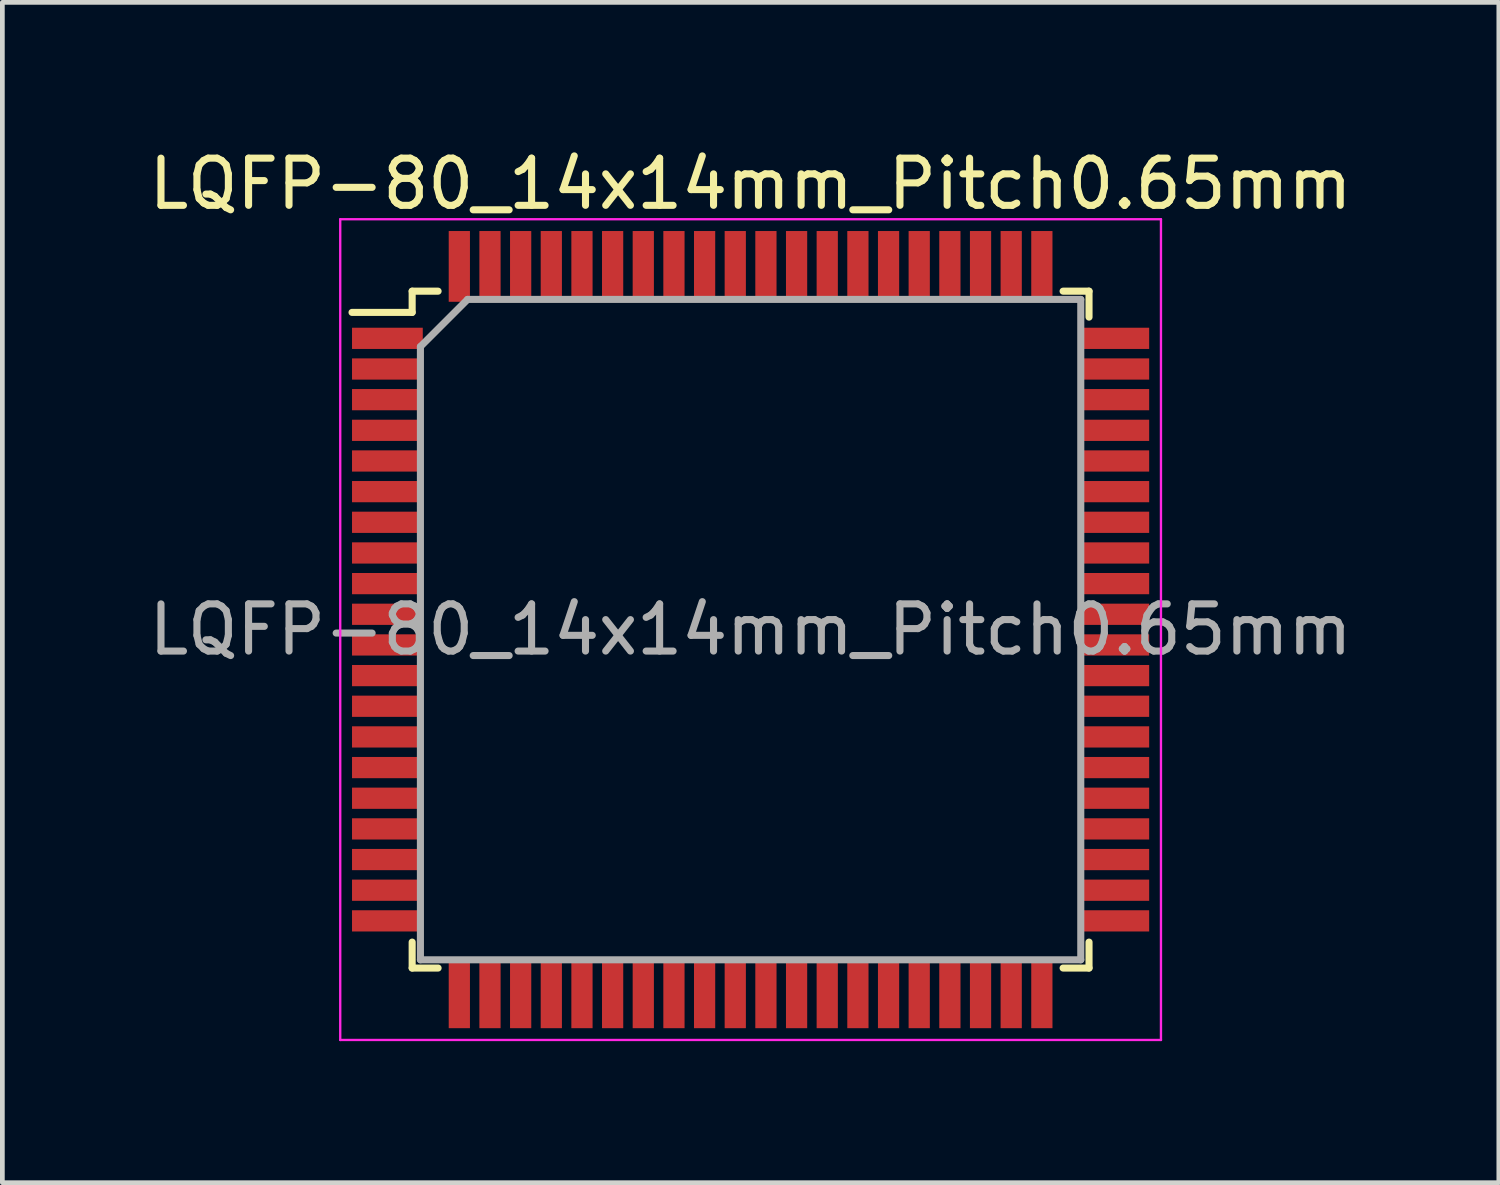
<source format=kicad_pcb>
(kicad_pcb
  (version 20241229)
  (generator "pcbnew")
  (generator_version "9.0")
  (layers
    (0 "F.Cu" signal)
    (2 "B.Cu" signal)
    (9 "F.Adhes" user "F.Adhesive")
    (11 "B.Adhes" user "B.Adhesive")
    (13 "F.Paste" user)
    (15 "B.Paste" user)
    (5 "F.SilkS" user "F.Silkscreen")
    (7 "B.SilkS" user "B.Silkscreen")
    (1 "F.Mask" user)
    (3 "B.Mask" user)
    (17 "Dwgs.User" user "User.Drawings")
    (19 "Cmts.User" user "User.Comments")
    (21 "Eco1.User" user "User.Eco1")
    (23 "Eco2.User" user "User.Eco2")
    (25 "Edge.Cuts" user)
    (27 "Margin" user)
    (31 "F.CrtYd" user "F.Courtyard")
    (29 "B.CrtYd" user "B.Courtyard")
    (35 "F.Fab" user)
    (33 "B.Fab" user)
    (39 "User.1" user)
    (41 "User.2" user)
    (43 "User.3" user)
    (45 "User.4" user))
  (footprint "LQFP-80_14x14mm_Pitch0.65mm"
    (layer "F.Cu")
    (at 12.863 10.298)
    (property "Reference" "LQFP-80_14x14mm_Pitch0.65mm" (at 0 -9.45 0) (layer "F.SilkS") (effects (font (size 1 1) (thickness 0.15))))
    (attr smd)
    (fp_line (start -7.175 -7.175) (end -7.175 -6.725) (stroke (width 0.15) (type solid)) (layer "F.SilkS"))
    (fp_line (start -7.175 -7.175) (end -6.625 -7.175) (stroke (width 0.15) (type solid)) (layer "F.SilkS"))
    (fp_line (start -7.175 -6.725) (end -8.45 -6.725) (stroke (width 0.15) (type solid)) (layer "F.SilkS"))
    (fp_line (start -7.175 7.175) (end -7.175 6.625) (stroke (width 0.15) (type solid)) (layer "F.SilkS"))
    (fp_line (start -7.175 7.175) (end -6.625 7.175) (stroke (width 0.15) (type solid)) (layer "F.SilkS"))
    (fp_line (start 7.175 -7.175) (end 6.625 -7.175) (stroke (width 0.15) (type solid)) (layer "F.SilkS"))
    (fp_line (start 7.175 -7.175) (end 7.175 -6.625) (stroke (width 0.15) (type solid)) (layer "F.SilkS"))
    (fp_line (start 7.175 7.175) (end 6.625 7.175) (stroke (width 0.15) (type solid)) (layer "F.SilkS"))
    (fp_line (start 7.175 7.175) (end 7.175 6.625) (stroke (width 0.15) (type solid)) (layer "F.SilkS"))
    (fp_line (start -8.7 -8.7) (end -8.7 8.7) (stroke (width 0.05) (type solid)) (layer "F.CrtYd"))
    (fp_line (start -8.7 -8.7) (end 8.7 -8.7) (stroke (width 0.05) (type solid)) (layer "F.CrtYd"))
    (fp_line (start -8.7 8.7) (end 8.7 8.7) (stroke (width 0.05) (type solid)) (layer "F.CrtYd"))
    (fp_line (start 8.7 -8.7) (end 8.7 8.7) (stroke (width 0.05) (type solid)) (layer "F.CrtYd"))
    (fp_line (start -7 -6) (end -6 -7) (stroke (width 0.15) (type solid)) (layer "F.Fab"))
    (fp_line (start -7 7) (end -7 -6) (stroke (width 0.15) (type solid)) (layer "F.Fab"))
    (fp_line (start -6 -7) (end 7 -7) (stroke (width 0.15) (type solid)) (layer "F.Fab"))
    (fp_line (start 7 -7) (end 7 7) (stroke (width 0.15) (type solid)) (layer "F.Fab"))
    (fp_line (start 7 7) (end -7 7) (stroke (width 0.15) (type solid)) (layer "F.Fab"))
    (fp_text user "${REFERENCE}" (at 0 0 0) (layer "F.Fab") (effects (font (size 1 1) (thickness 0.15))))
    (pad "1" smd rect (at -7.7 -6.175) (size 1.5 0.45) (layers "F.Cu" "F.Mask" "F.Paste"))
    (pad "2" smd rect (at -7.7 -5.525) (size 1.5 0.45) (layers "F.Cu" "F.Mask" "F.Paste"))
    (pad "3" smd rect (at -7.7 -4.875) (size 1.5 0.45) (layers "F.Cu" "F.Mask" "F.Paste"))
    (pad "4" smd rect (at -7.7 -4.225) (size 1.5 0.45) (layers "F.Cu" "F.Mask" "F.Paste"))
    (pad "5" smd rect (at -7.7 -3.575) (size 1.5 0.45) (layers "F.Cu" "F.Mask" "F.Paste"))
    (pad "6" smd rect (at -7.7 -2.925) (size 1.5 0.45) (layers "F.Cu" "F.Mask" "F.Paste"))
    (pad "7" smd rect (at -7.7 -2.275) (size 1.5 0.45) (layers "F.Cu" "F.Mask" "F.Paste"))
    (pad "8" smd rect (at -7.7 -1.625) (size 1.5 0.45) (layers "F.Cu" "F.Mask" "F.Paste"))
    (pad "9" smd rect (at -7.7 -0.975) (size 1.5 0.45) (layers "F.Cu" "F.Mask" "F.Paste"))
    (pad "10" smd rect (at -7.7 -0.325) (size 1.5 0.45) (layers "F.Cu" "F.Mask" "F.Paste"))
    (pad "11" smd rect (at -7.7 0.325) (size 1.5 0.45) (layers "F.Cu" "F.Mask" "F.Paste"))
    (pad "12" smd rect (at -7.7 0.975) (size 1.5 0.45) (layers "F.Cu" "F.Mask" "F.Paste"))
    (pad "13" smd rect (at -7.7 1.625) (size 1.5 0.45) (layers "F.Cu" "F.Mask" "F.Paste"))
    (pad "14" smd rect (at -7.7 2.275) (size 1.5 0.45) (layers "F.Cu" "F.Mask" "F.Paste"))
    (pad "15" smd rect (at -7.7 2.925) (size 1.5 0.45) (layers "F.Cu" "F.Mask" "F.Paste"))
    (pad "16" smd rect (at -7.7 3.575) (size 1.5 0.45) (layers "F.Cu" "F.Mask" "F.Paste"))
    (pad "17" smd rect (at -7.7 4.225) (size 1.5 0.45) (layers "F.Cu" "F.Mask" "F.Paste"))
    (pad "18" smd rect (at -7.7 4.875) (size 1.5 0.45) (layers "F.Cu" "F.Mask" "F.Paste"))
    (pad "19" smd rect (at -7.7 5.525) (size 1.5 0.45) (layers "F.Cu" "F.Mask" "F.Paste"))
    (pad "20" smd rect (at -7.7 6.175) (size 1.5 0.45) (layers "F.Cu" "F.Mask" "F.Paste"))
    (pad "21" smd rect (at -6.175 7.7 90) (size 1.5 0.45) (layers "F.Cu" "F.Mask" "F.Paste"))
    (pad "22" smd rect (at -5.525 7.7 90) (size 1.5 0.45) (layers "F.Cu" "F.Mask" "F.Paste"))
    (pad "23" smd rect (at -4.875 7.7 90) (size 1.5 0.45) (layers "F.Cu" "F.Mask" "F.Paste"))
    (pad "24" smd rect (at -4.225 7.7 90) (size 1.5 0.45) (layers "F.Cu" "F.Mask" "F.Paste"))
    (pad "25" smd rect (at -3.575 7.7 90) (size 1.5 0.45) (layers "F.Cu" "F.Mask" "F.Paste"))
    (pad "26" smd rect (at -2.925 7.7 90) (size 1.5 0.45) (layers "F.Cu" "F.Mask" "F.Paste"))
    (pad "27" smd rect (at -2.275 7.7 90) (size 1.5 0.45) (layers "F.Cu" "F.Mask" "F.Paste"))
    (pad "28" smd rect (at -1.625 7.7 90) (size 1.5 0.45) (layers "F.Cu" "F.Mask" "F.Paste"))
    (pad "29" smd rect (at -0.975 7.7 90) (size 1.5 0.45) (layers "F.Cu" "F.Mask" "F.Paste"))
    (pad "30" smd rect (at -0.325 7.7 90) (size 1.5 0.45) (layers "F.Cu" "F.Mask" "F.Paste"))
    (pad "31" smd rect (at 0.325 7.7 90) (size 1.5 0.45) (layers "F.Cu" "F.Mask" "F.Paste"))
    (pad "32" smd rect (at 0.975 7.7 90) (size 1.5 0.45) (layers "F.Cu" "F.Mask" "F.Paste"))
    (pad "33" smd rect (at 1.625 7.7 90) (size 1.5 0.45) (layers "F.Cu" "F.Mask" "F.Paste"))
    (pad "34" smd rect (at 2.275 7.7 90) (size 1.5 0.45) (layers "F.Cu" "F.Mask" "F.Paste"))
    (pad "35" smd rect (at 2.925 7.7 90) (size 1.5 0.45) (layers "F.Cu" "F.Mask" "F.Paste"))
    (pad "36" smd rect (at 3.575 7.7 90) (size 1.5 0.45) (layers "F.Cu" "F.Mask" "F.Paste"))
    (pad "37" smd rect (at 4.225 7.7 90) (size 1.5 0.45) (layers "F.Cu" "F.Mask" "F.Paste"))
    (pad "38" smd rect (at 4.875 7.7 90) (size 1.5 0.45) (layers "F.Cu" "F.Mask" "F.Paste"))
    (pad "39" smd rect (at 5.525 7.7 90) (size 1.5 0.45) (layers "F.Cu" "F.Mask" "F.Paste"))
    (pad "40" smd rect (at 6.175 7.7 90) (size 1.5 0.45) (layers "F.Cu" "F.Mask" "F.Paste"))
    (pad "41" smd rect (at 7.7 6.175) (size 1.5 0.45) (layers "F.Cu" "F.Mask" "F.Paste"))
    (pad "42" smd rect (at 7.7 5.525) (size 1.5 0.45) (layers "F.Cu" "F.Mask" "F.Paste"))
    (pad "43" smd rect (at 7.7 4.875) (size 1.5 0.45) (layers "F.Cu" "F.Mask" "F.Paste"))
    (pad "44" smd rect (at 7.7 4.225) (size 1.5 0.45) (layers "F.Cu" "F.Mask" "F.Paste"))
    (pad "45" smd rect (at 7.7 3.575) (size 1.5 0.45) (layers "F.Cu" "F.Mask" "F.Paste"))
    (pad "46" smd rect (at 7.7 2.925) (size 1.5 0.45) (layers "F.Cu" "F.Mask" "F.Paste"))
    (pad "47" smd rect (at 7.7 2.275) (size 1.5 0.45) (layers "F.Cu" "F.Mask" "F.Paste"))
    (pad "48" smd rect (at 7.7 1.625) (size 1.5 0.45) (layers "F.Cu" "F.Mask" "F.Paste"))
    (pad "49" smd rect (at 7.7 0.975) (size 1.5 0.45) (layers "F.Cu" "F.Mask" "F.Paste"))
    (pad "50" smd rect (at 7.7 0.325) (size 1.5 0.45) (layers "F.Cu" "F.Mask" "F.Paste"))
    (pad "51" smd rect (at 7.7 -0.325) (size 1.5 0.45) (layers "F.Cu" "F.Mask" "F.Paste"))
    (pad "52" smd rect (at 7.7 -0.975) (size 1.5 0.45) (layers "F.Cu" "F.Mask" "F.Paste"))
    (pad "53" smd rect (at 7.7 -1.625) (size 1.5 0.45) (layers "F.Cu" "F.Mask" "F.Paste"))
    (pad "54" smd rect (at 7.7 -2.275) (size 1.5 0.45) (layers "F.Cu" "F.Mask" "F.Paste"))
    (pad "55" smd rect (at 7.7 -2.925) (size 1.5 0.45) (layers "F.Cu" "F.Mask" "F.Paste"))
    (pad "56" smd rect (at 7.7 -3.575) (size 1.5 0.45) (layers "F.Cu" "F.Mask" "F.Paste"))
    (pad "57" smd rect (at 7.7 -4.225) (size 1.5 0.45) (layers "F.Cu" "F.Mask" "F.Paste"))
    (pad "58" smd rect (at 7.7 -4.875) (size 1.5 0.45) (layers "F.Cu" "F.Mask" "F.Paste"))
    (pad "59" smd rect (at 7.7 -5.525) (size 1.5 0.45) (layers "F.Cu" "F.Mask" "F.Paste"))
    (pad "60" smd rect (at 7.7 -6.175) (size 1.5 0.45) (layers "F.Cu" "F.Mask" "F.Paste"))
    (pad "61" smd rect (at 6.175 -7.7 90) (size 1.5 0.45) (layers "F.Cu" "F.Mask" "F.Paste"))
    (pad "62" smd rect (at 5.525 -7.7 90) (size 1.5 0.45) (layers "F.Cu" "F.Mask" "F.Paste"))
    (pad "63" smd rect (at 4.875 -7.7 90) (size 1.5 0.45) (layers "F.Cu" "F.Mask" "F.Paste"))
    (pad "64" smd rect (at 4.225 -7.7 90) (size 1.5 0.45) (layers "F.Cu" "F.Mask" "F.Paste"))
    (pad "65" smd rect (at 3.575 -7.7 90) (size 1.5 0.45) (layers "F.Cu" "F.Mask" "F.Paste"))
    (pad "66" smd rect (at 2.925 -7.7 90) (size 1.5 0.45) (layers "F.Cu" "F.Mask" "F.Paste"))
    (pad "67" smd rect (at 2.275 -7.7 90) (size 1.5 0.45) (layers "F.Cu" "F.Mask" "F.Paste"))
    (pad "68" smd rect (at 1.625 -7.7 90) (size 1.5 0.45) (layers "F.Cu" "F.Mask" "F.Paste"))
    (pad "69" smd rect (at 0.975 -7.7 90) (size 1.5 0.45) (layers "F.Cu" "F.Mask" "F.Paste"))
    (pad "70" smd rect (at 0.325 -7.7 90) (size 1.5 0.45) (layers "F.Cu" "F.Mask" "F.Paste"))
    (pad "71" smd rect (at -0.325 -7.7 90) (size 1.5 0.45) (layers "F.Cu" "F.Mask" "F.Paste"))
    (pad "72" smd rect (at -0.975 -7.7 90) (size 1.5 0.45) (layers "F.Cu" "F.Mask" "F.Paste"))
    (pad "73" smd rect (at -1.625 -7.7 90) (size 1.5 0.45) (layers "F.Cu" "F.Mask" "F.Paste"))
    (pad "74" smd rect (at -2.275 -7.7 90) (size 1.5 0.45) (layers "F.Cu" "F.Mask" "F.Paste"))
    (pad "75" smd rect (at -2.925 -7.7 90) (size 1.5 0.45) (layers "F.Cu" "F.Mask" "F.Paste"))
    (pad "76" smd rect (at -3.575 -7.7 90) (size 1.5 0.45) (layers "F.Cu" "F.Mask" "F.Paste"))
    (pad "77" smd rect (at -4.225 -7.7 90) (size 1.5 0.45) (layers "F.Cu" "F.Mask" "F.Paste"))
    (pad "78" smd rect (at -4.875 -7.7 90) (size 1.5 0.45) (layers "F.Cu" "F.Mask" "F.Paste"))
    (pad "79" smd rect (at -5.525 -7.7 90) (size 1.5 0.45) (layers "F.Cu" "F.Mask" "F.Paste"))
    (pad "80" smd rect (at -6.175 -7.7 90) (size 1.5 0.45) (layers "F.Cu" "F.Mask" "F.Paste")))
  (gr_rect
    (start -3 -3)
    (end 28.726 22.023)
    (stroke (width 0.1) (type default))
    (fill no)
    (layer "Edge.Cuts")))
</source>
